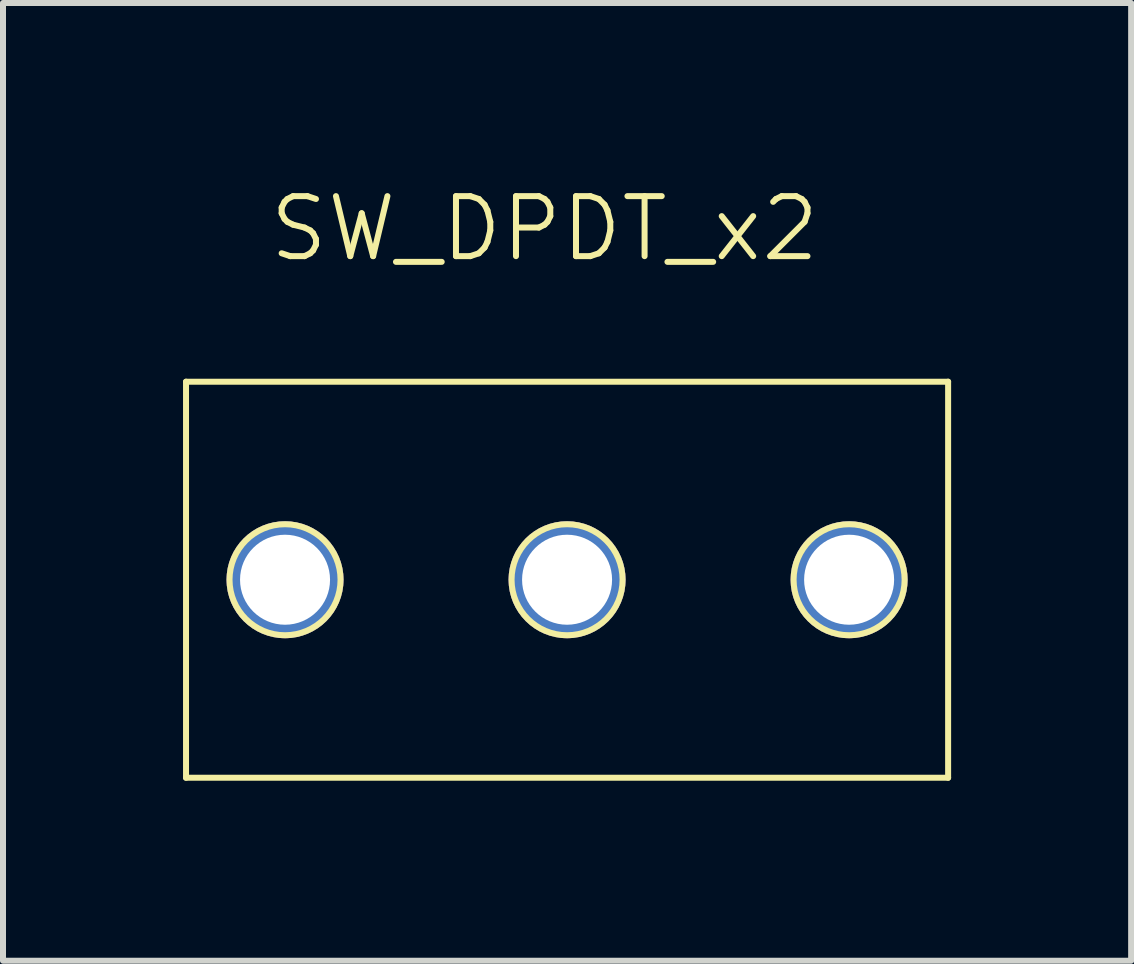
<source format=kicad_pcb>
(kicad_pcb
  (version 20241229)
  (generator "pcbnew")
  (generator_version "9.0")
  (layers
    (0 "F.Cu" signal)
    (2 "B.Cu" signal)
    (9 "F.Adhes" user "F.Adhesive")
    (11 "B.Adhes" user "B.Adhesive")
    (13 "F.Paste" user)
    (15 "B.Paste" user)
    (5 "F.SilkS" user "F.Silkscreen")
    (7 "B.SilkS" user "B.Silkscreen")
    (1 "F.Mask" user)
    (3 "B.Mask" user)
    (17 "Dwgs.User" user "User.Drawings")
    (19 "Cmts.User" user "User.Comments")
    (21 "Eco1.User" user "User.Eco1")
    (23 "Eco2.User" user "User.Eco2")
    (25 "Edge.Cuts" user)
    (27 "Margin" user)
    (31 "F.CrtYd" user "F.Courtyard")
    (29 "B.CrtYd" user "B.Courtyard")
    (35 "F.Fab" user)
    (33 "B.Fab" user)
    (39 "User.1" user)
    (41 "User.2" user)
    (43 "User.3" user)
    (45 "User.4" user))
  (footprint "SW_DPDT_x2"
    (layer "F.Cu")
    (at 6.05 6.611)
    (property "Reference" "SW_DPDT_x2" (at -0.025 -5.85 0) (unlocked yes) (layer "F.SilkS") (effects (font (size 1 1) (thickness 0.1))))
    (attr smd)
    (fp_line (start -6 -3.3) (end 6.7 -3.3) (stroke (width 0.1) (type default)) (layer "F.SilkS"))
    (fp_line (start -6 3.3) (end -6 -3.3) (stroke (width 0.1) (type default)) (layer "F.SilkS"))
    (fp_line (start 6.7 -3.3) (end 6.7 3.3) (stroke (width 0.1) (type default)) (layer "F.SilkS"))
    (fp_line (start 6.7 3.3) (end -6 3.3) (stroke (width 0.1) (type default)) (layer "F.SilkS"))
    (fp_circle (center -4.35 0) (end -3.425 0) (stroke (width 0.1) (type default)) (fill no) (layer "F.SilkS"))
    (fp_circle (center 0.35 0) (end 1.275 0) (stroke (width 0.1) (type default)) (fill no) (layer "F.SilkS"))
    (fp_circle (center 5.05 0) (end 4.125 0) (stroke (width 0.1) (type default)) (fill no) (layer "F.SilkS"))
    (pad "1" thru_hole circle (at -4.35 0) (size 1.95 1.95) (drill 1.5) (layers "*.Cu" "*.Mask"))
    (pad "2" thru_hole circle (at 0.35 0) (size 1.95 1.95) (drill 1.5) (layers "*.Cu" "*.Mask"))
    (pad "3" thru_hole circle (at 5.05 0) (size 1.95 1.95) (drill 1.5) (layers "*.Cu" "*.Mask")))
  (gr_rect
    (start -3 -3)
    (end 15.8 12.96)
    (stroke (width 0.1) (type default))
    (fill no)
    (layer "Edge.Cuts")))
</source>
